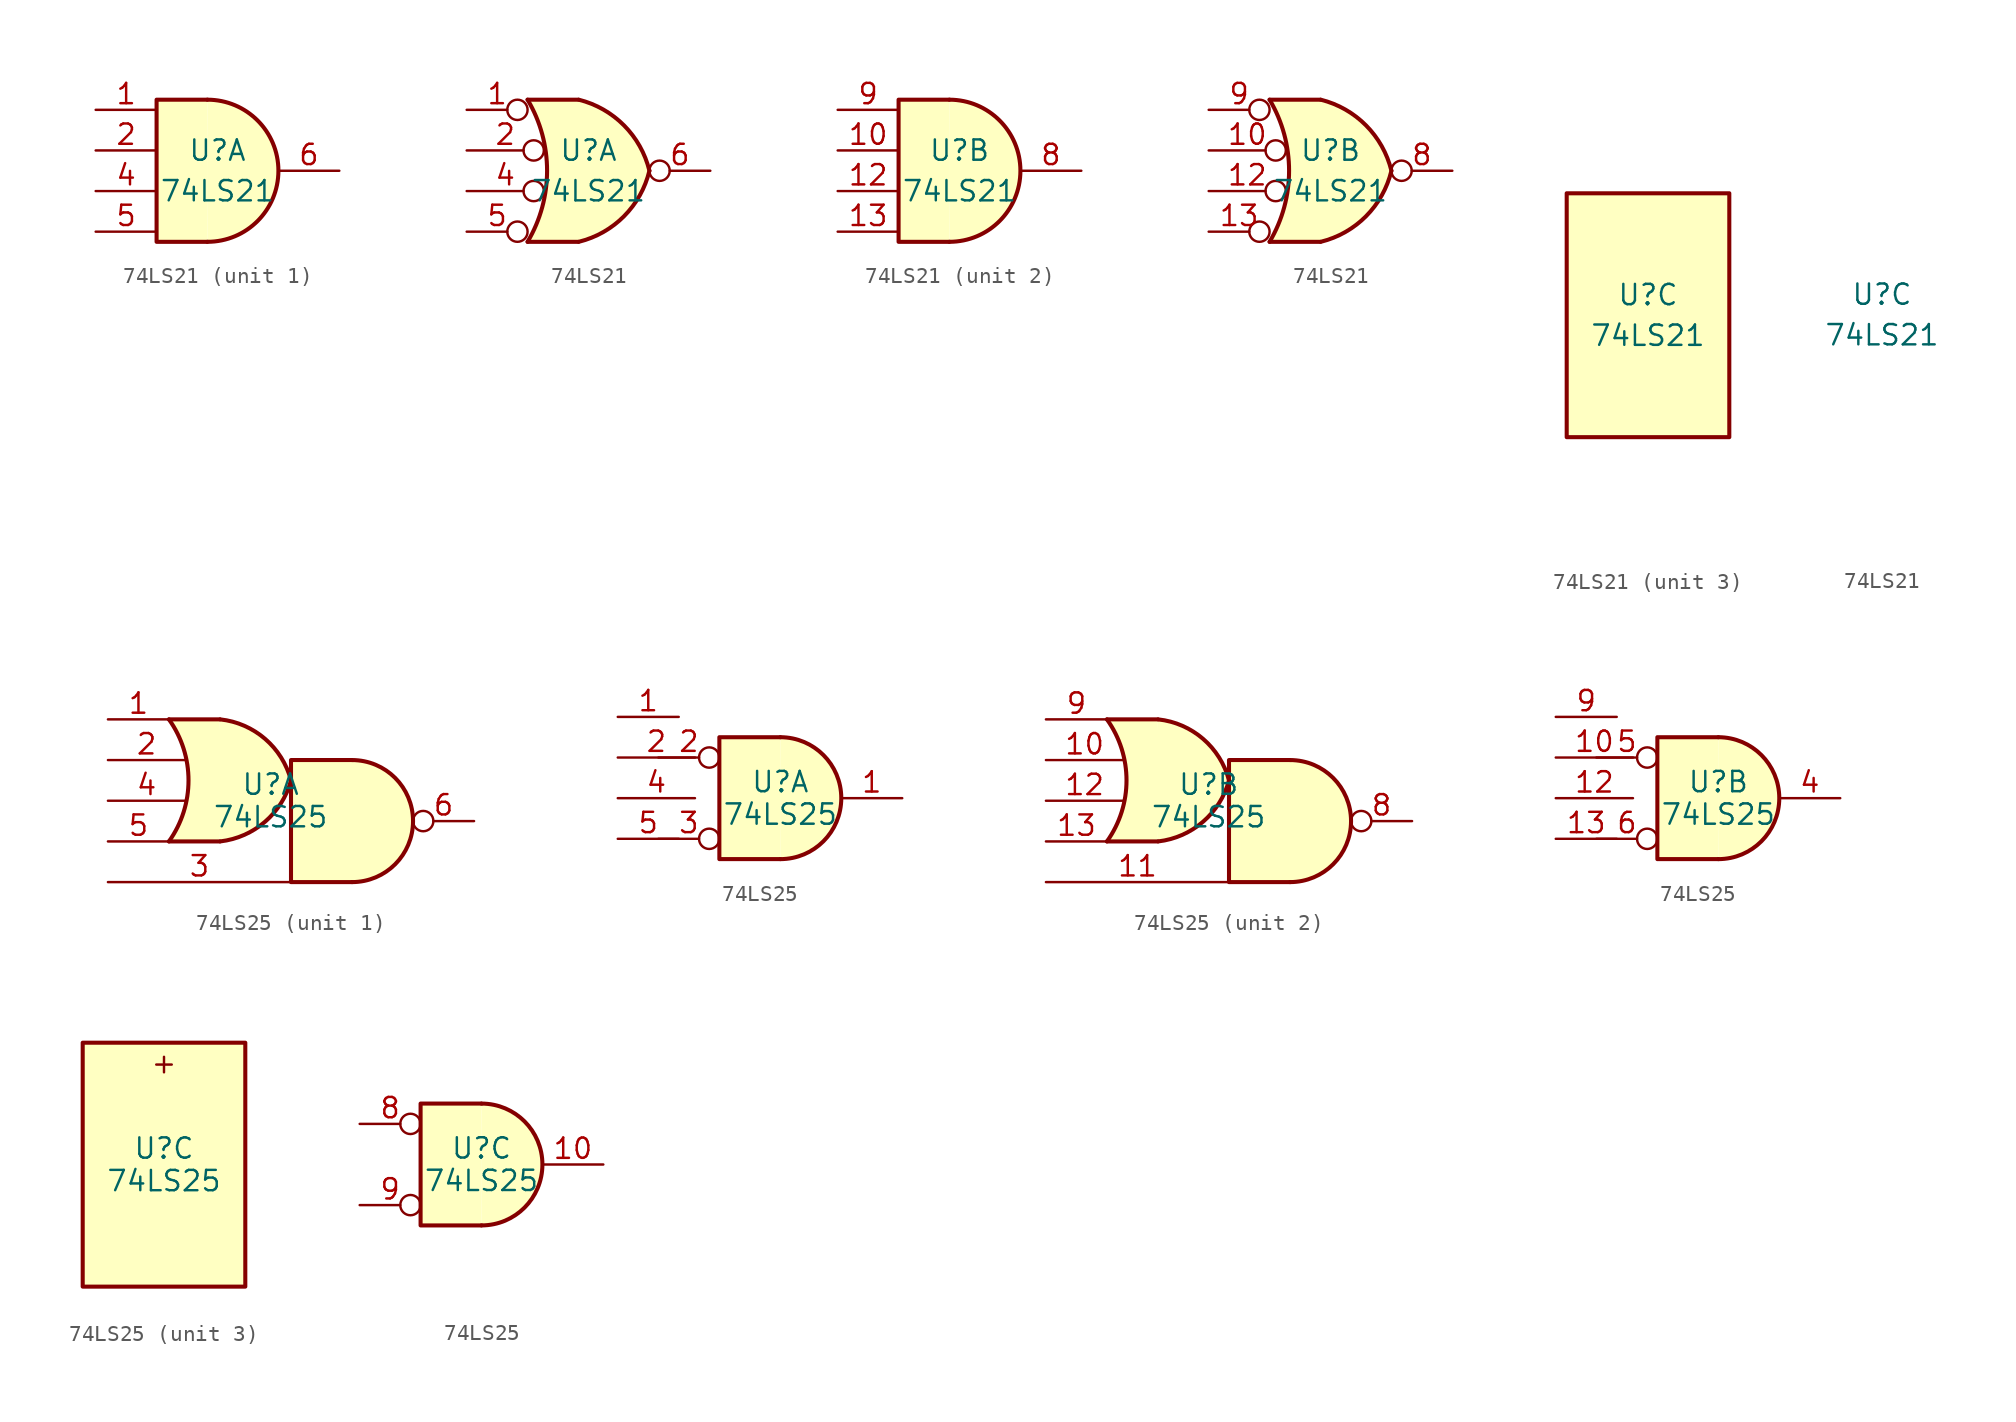
<source format=kicad_sym>
(kicad_symbol_lib
  (version 20231120)
  (generator "kicad_symbol_editor")
  (generator_version "8.0")
  (symbol "74LS21"
    (pin_names
      (offset 1.016))
    (property "Reference" "U"
      (at 0 1.27 0)
      (effects (font (size 1.27 1.27))))
    (property "Value" "74LS21"
      (at 0 -1.27 0)
      (effects (font (size 1.27 1.27))))
    (property "ki_locked" ""
      (at 0 0 0)
      (effects (font (size 1.27 1.27))))
    (symbol "74LS21_1_1"
      (arc (start -0.635 -4.445) (mid 3.7907 0) (end -0.635 4.445) (stroke (width 0.254) (type default)) (fill (type background)))
      (polyline (pts (xy -0.635 4.445) (xy -3.81 4.445) (xy -3.81 -4.445) (xy -0.635 -4.445)) (stroke (width 0.254) (type default)) (fill (type background)))
      (pin input line (at -7.62 3.81 0) (length 3.81) (name "~" (effects (font (size 1.27 1.27)))) (number "1" (effects (font (size 1.27 1.27)))))
      (pin input line (at -7.62 1.27 0) (length 3.81) (name "~" (effects (font (size 1.27 1.27)))) (number "2" (effects (font (size 1.27 1.27)))))
      (pin input line (at -7.62 -1.27 0) (length 3.81) (name "~" (effects (font (size 1.27 1.27)))) (number "4" (effects (font (size 1.27 1.27)))))
      (pin input line (at -7.62 -3.81 0) (length 3.81) (name "~" (effects (font (size 1.27 1.27)))) (number "5" (effects (font (size 1.27 1.27)))))
      (pin output line (at 7.62 0 180) (length 3.81) (name "~" (effects (font (size 1.27 1.27)))) (number "6" (effects (font (size 1.27 1.27))))))
    (symbol "74LS21_1_2"
      (arc (start -3.81 -4.445) (mid -2.5908 0) (end -3.81 4.445) (stroke (width 0.254) (type default)) (fill (type none)))
      (arc (start -0.6096 -4.445) (mid 2.2246 -2.8422) (end 3.81 0) (stroke (width 0.254) (type default)) (fill (type background)))
      (polyline (pts (xy -3.81 -4.445) (xy -0.635 -4.445)) (stroke (width 0.254) (type default)) (fill (type background)))
      (polyline (pts (xy -3.81 4.445) (xy -0.635 4.445)) (stroke (width 0.254) (type default)) (fill (type background)))
      (polyline (pts (xy -0.635 4.445) (xy -3.81 4.445) (xy -3.81 4.445) (xy -3.632 4.089) (xy -3.099 2.921) (xy -2.769 1.676) (xy -2.616 0.432) (xy -2.642 -0.864) (xy -2.87 -2.108) (xy -3.251 -3.327) (xy -3.81 -4.445) (xy -3.81 -4.445) (xy -0.635 -4.445)) (stroke (width -25.4) (type default)) (fill (type background)))
      (arc (start 3.81 0) (mid 2.2204 2.8379) (end -0.6096 4.445) (stroke (width 0.254) (type default)) (fill (type background)))
      (pin input inverted (at -7.62 3.81 0) (length 3.81) (name "~" (effects (font (size 1.27 1.27)))) (number "1" (effects (font (size 1.27 1.27)))))
      (pin input inverted (at -7.62 1.27 0) (length 4.826) (name "~" (effects (font (size 1.27 1.27)))) (number "2" (effects (font (size 1.27 1.27)))))
      (pin input inverted (at -7.62 -1.27 0) (length 4.826) (name "~" (effects (font (size 1.27 1.27)))) (number "4" (effects (font (size 1.27 1.27)))))
      (pin input inverted (at -7.62 -3.81 0) (length 3.81) (name "~" (effects (font (size 1.27 1.27)))) (number "5" (effects (font (size 1.27 1.27)))))
      (pin output inverted (at 7.62 0 180) (length 3.81) (name "~" (effects (font (size 1.27 1.27)))) (number "6" (effects (font (size 1.27 1.27))))))
    (symbol "74LS21_2_1"
      (arc (start -0.635 -4.445) (mid 3.7907 0) (end -0.635 4.445) (stroke (width 0.254) (type default)) (fill (type background)))
      (polyline (pts (xy -0.635 4.445) (xy -3.81 4.445) (xy -3.81 -4.445) (xy -0.635 -4.445)) (stroke (width 0.254) (type default)) (fill (type background)))
      (pin input line (at -7.62 1.27 0) (length 3.81) (name "~" (effects (font (size 1.27 1.27)))) (number "10" (effects (font (size 1.27 1.27)))))
      (pin input line (at -7.62 -1.27 0) (length 3.81) (name "~" (effects (font (size 1.27 1.27)))) (number "12" (effects (font (size 1.27 1.27)))))
      (pin input line (at -7.62 -3.81 0) (length 3.81) (name "~" (effects (font (size 1.27 1.27)))) (number "13" (effects (font (size 1.27 1.27)))))
      (pin output line (at 7.62 0 180) (length 3.81) (name "~" (effects (font (size 1.27 1.27)))) (number "8" (effects (font (size 1.27 1.27)))))
      (pin input line (at -7.62 3.81 0) (length 3.81) (name "~" (effects (font (size 1.27 1.27)))) (number "9" (effects (font (size 1.27 1.27))))))
    (symbol "74LS21_2_2"
      (arc (start -3.81 -4.445) (mid -2.5908 0) (end -3.81 4.445) (stroke (width 0.254) (type default)) (fill (type none)))
      (arc (start -0.6096 -4.445) (mid 2.2246 -2.8422) (end 3.81 0) (stroke (width 0.254) (type default)) (fill (type background)))
      (polyline (pts (xy -3.81 -4.445) (xy -0.635 -4.445)) (stroke (width 0.254) (type default)) (fill (type background)))
      (polyline (pts (xy -3.81 4.445) (xy -0.635 4.445)) (stroke (width 0.254) (type default)) (fill (type background)))
      (polyline (pts (xy -0.635 4.445) (xy -3.81 4.445) (xy -3.81 4.445) (xy -3.632 4.089) (xy -3.099 2.921) (xy -2.769 1.676) (xy -2.616 0.432) (xy -2.642 -0.864) (xy -2.87 -2.108) (xy -3.251 -3.327) (xy -3.81 -4.445) (xy -3.81 -4.445) (xy -0.635 -4.445)) (stroke (width -25.4) (type default)) (fill (type background)))
      (arc (start 3.81 0) (mid 2.2204 2.8379) (end -0.6096 4.445) (stroke (width 0.254) (type default)) (fill (type background)))
      (pin input inverted (at -7.62 1.27 0) (length 4.826) (name "~" (effects (font (size 1.27 1.27)))) (number "10" (effects (font (size 1.27 1.27)))))
      (pin input inverted (at -7.62 -1.27 0) (length 4.826) (name "~" (effects (font (size 1.27 1.27)))) (number "12" (effects (font (size 1.27 1.27)))))
      (pin input inverted (at -7.62 -3.81 0) (length 3.81) (name "~" (effects (font (size 1.27 1.27)))) (number "13" (effects (font (size 1.27 1.27)))))
      (pin output inverted (at 7.62 0 180) (length 3.81) (name "~" (effects (font (size 1.27 1.27)))) (number "8" (effects (font (size 1.27 1.27)))))
      (pin input inverted (at -7.62 3.81 0) (length 3.81) (name "~" (effects (font (size 1.27 1.27)))) (number "9" (effects (font (size 1.27 1.27))))))
    (symbol "74LS21_3_0"
      (pin input line (at 0 12.7 270) (length 5.08) hide (name "VCC" (effects (font (size 1.27 1.27)))) (number "14" (effects (font (size 1.27 1.27)))))
      (pin input line (at 0 -12.7 90) (length 5.08) hide (name "GND" (effects (font (size 1.27 1.27)))) (number "7" (effects (font (size 1.27 1.27))))))
    (symbol "74LS21_3_1"
      (rectangle (start -5.08 7.62) (end 5.08 -7.62) (stroke (width 0.254) (type default)) (fill (type background)))))
  (symbol "74LS25"
    (pin_names
      (offset 1.016))
    (property "Reference" "U"
      (at 0 1.016 0)
      (effects (font (size 1.27 1.27))))
    (property "Value" "74LS25"
      (at 0 -1.016 0)
      (effects (font (size 1.27 1.27))))
    (property "ki_locked" ""
      (at 0 0 0)
      (effects (font (size 1.27 1.27))))
    (symbol "74LS25_1_0"
      (pin input line (at -10.16 5.08 0) (length 3.81) (name "~" (effects (font (size 1.27 1.27)))) (number "1" (effects (font (size 1.27 1.27)))))
      (pin input line (at -10.16 2.54 0) (length 4.826) (name "~" (effects (font (size 1.27 1.27)))) (number "2" (effects (font (size 1.27 1.27)))))
      (pin input line (at -10.16 0 0) (length 4.826) (name "~" (effects (font (size 1.27 1.27)))) (number "4" (effects (font (size 1.27 1.27)))))
      (pin input line (at -10.16 -2.54 0) (length 3.81) (name "~" (effects (font (size 1.27 1.27)))) (number "5" (effects (font (size 1.27 1.27))))))
    (symbol "74LS25_1_1"
      (arc (start -6.35 -2.54) (mid -5.129 1.27) (end -6.35 5.08) (stroke (width 0.254) (type default)) (fill (type none)))
      (arc (start -3.1496 -2.54) (mid -0.3545 -1.314) (end 1.27 1.27) (stroke (width 0.254) (type default)) (fill (type background)))
      (polyline (pts (xy -6.35 -2.54) (xy -3.175 -2.54)) (stroke (width 0.254) (type default)) (fill (type background)))
      (polyline (pts (xy -6.35 5.08) (xy -3.175 5.08)) (stroke (width 0.254) (type default)) (fill (type background)))
      (polyline (pts (xy 5.08 2.54) (xy 1.27 2.54) (xy 1.27 -5.08) (xy 5.08 -5.08)) (stroke (width 0.254) (type default)) (fill (type background)))
      (polyline (pts (xy -3.175 5.08) (xy -6.35 5.08) (xy -6.35 5.08) (xy -6.096 4.674) (xy -5.563 3.531) (xy -5.232 2.311) (xy -5.156 1.016) (xy -5.309 -0.229) (xy -5.715 -1.448) (xy -6.35 -2.54) (xy -6.35 -2.54) (xy -3.175 -2.54)) (stroke (width -25.4) (type default)) (fill (type background)))
      (arc (start 1.27 1.27) (mid -0.3472 3.8625) (end -3.1496 5.08) (stroke (width 0.254) (type default)) (fill (type background)))
      (arc (start 5.08 -5.08) (mid 8.8734 -1.27) (end 5.08 2.54) (stroke (width 0.254) (type default)) (fill (type background)))
      (pin input line (at -10.16 -5.08 0) (length 11.43) (name "~" (effects (font (size 1.27 1.27)))) (number "3" (effects (font (size 1.27 1.27)))))
      (pin output inverted (at 12.7 -1.27 180) (length 3.81) (name "~" (effects (font (size 1.27 1.27)))) (number "6" (effects (font (size 1.27 1.27))))))
    (symbol "74LS25_1_2"
      (arc (start 0 -3.81) (mid 3.7934 0) (end 0 3.81) (stroke (width 0.254) (type default)) (fill (type background)))
      (polyline (pts (xy 0 3.81) (xy -3.81 3.81) (xy -3.81 -3.81) (xy 0 -3.81)) (stroke (width 0.254) (type default)) (fill (type background)))
      (pin output line (at 7.62 0 180) (length 3.81) (name "~" (effects (font (size 1.27 1.27)))) (number "1" (effects (font (size 1.27 1.27)))))
      (pin input inverted (at -7.62 2.54 0) (length 3.81) (name "~" (effects (font (size 1.27 1.27)))) (number "2" (effects (font (size 1.27 1.27)))))
      (pin input inverted (at -7.62 -2.54 0) (length 3.81) (name "~" (effects (font (size 1.27 1.27)))) (number "3" (effects (font (size 1.27 1.27))))))
    (symbol "74LS25_2_0"
      (pin input line (at -10.16 2.54 0) (length 4.826) (name "~" (effects (font (size 1.27 1.27)))) (number "10" (effects (font (size 1.27 1.27)))))
      (pin input line (at -10.16 0 0) (length 4.826) (name "~" (effects (font (size 1.27 1.27)))) (number "12" (effects (font (size 1.27 1.27)))))
      (pin input line (at -10.16 -2.54 0) (length 3.81) (name "~" (effects (font (size 1.27 1.27)))) (number "13" (effects (font (size 1.27 1.27)))))
      (pin input line (at -10.16 5.08 0) (length 3.81) (name "~" (effects (font (size 1.27 1.27)))) (number "9" (effects (font (size 1.27 1.27))))))
    (symbol "74LS25_2_1"
      (arc (start -6.35 -2.54) (mid -5.129 1.27) (end -6.35 5.08) (stroke (width 0.254) (type default)) (fill (type none)))
      (arc (start -3.1496 -2.54) (mid -0.3545 -1.314) (end 1.27 1.27) (stroke (width 0.254) (type default)) (fill (type background)))
      (polyline (pts (xy -6.35 -2.54) (xy -3.175 -2.54)) (stroke (width 0.254) (type default)) (fill (type background)))
      (polyline (pts (xy -6.35 5.08) (xy -3.175 5.08)) (stroke (width 0.254) (type default)) (fill (type background)))
      (polyline (pts (xy 5.08 2.54) (xy 1.27 2.54) (xy 1.27 -5.08) (xy 5.08 -5.08)) (stroke (width 0.254) (type default)) (fill (type background)))
      (polyline (pts (xy -3.175 5.08) (xy -6.35 5.08) (xy -6.35 5.08) (xy -6.096 4.674) (xy -5.563 3.531) (xy -5.232 2.311) (xy -5.156 1.016) (xy -5.309 -0.229) (xy -5.715 -1.448) (xy -6.35 -2.54) (xy -6.35 -2.54) (xy -3.175 -2.54)) (stroke (width -25.4) (type default)) (fill (type background)))
      (arc (start 1.27 1.27) (mid -0.3472 3.8625) (end -3.1496 5.08) (stroke (width 0.254) (type default)) (fill (type background)))
      (arc (start 5.08 -5.08) (mid 8.8734 -1.27) (end 5.08 2.54) (stroke (width 0.254) (type default)) (fill (type background)))
      (pin input line (at -10.16 -5.08 0) (length 11.43) (name "~" (effects (font (size 1.27 1.27)))) (number "11" (effects (font (size 1.27 1.27)))))
      (pin output inverted (at 12.7 -1.27 180) (length 3.81) (name "~" (effects (font (size 1.27 1.27)))) (number "8" (effects (font (size 1.27 1.27))))))
    (symbol "74LS25_2_2"
      (arc (start 0 -3.81) (mid 3.7934 0) (end 0 3.81) (stroke (width 0.254) (type default)) (fill (type background)))
      (polyline (pts (xy 0 3.81) (xy -3.81 3.81) (xy -3.81 -3.81) (xy 0 -3.81)) (stroke (width 0.254) (type default)) (fill (type background)))
      (pin output line (at 7.62 0 180) (length 3.81) (name "~" (effects (font (size 1.27 1.27)))) (number "4" (effects (font (size 1.27 1.27)))))
      (pin input inverted (at -7.62 2.54 0) (length 3.81) (name "~" (effects (font (size 1.27 1.27)))) (number "5" (effects (font (size 1.27 1.27)))))
      (pin input inverted (at -7.62 -2.54 0) (length 3.81) (name "~" (effects (font (size 1.27 1.27)))) (number "6" (effects (font (size 1.27 1.27))))))
    (symbol "74LS25_3_0"
      (pin power_in line (at 0 7.62 270) (length 5.08) hide (name "VCC" (effects (font (size 1.27 1.27)))) (number "14" (effects (font (size 1.27 1.27)))))
      (pin power_in line (at 0 -7.62 90) (length 5.08) hide (name "GND" (effects (font (size 1.27 1.27)))) (number "7" (effects (font (size 1.27 1.27))))))
    (symbol "74LS25_3_1"
      (rectangle (start -5.08 7.62) (end 5.08 -7.62) (stroke (width 0.254) (type default)) (fill (type background)))
      (text "+" (at 0 6.35 0) (effects (font (size 1.27 1.27)))))
    (symbol "74LS25_3_2"
      (arc (start 0 -3.81) (mid 3.7934 0) (end 0 3.81) (stroke (width 0.254) (type default)) (fill (type background)))
      (polyline (pts (xy 0 3.81) (xy -3.81 3.81) (xy -3.81 -3.81) (xy 0 -3.81)) (stroke (width 0.254) (type default)) (fill (type background)))
      (pin output line (at 7.62 0 180) (length 3.81) (name "~" (effects (font (size 1.27 1.27)))) (number "10" (effects (font (size 1.27 1.27)))))
      (pin input inverted (at -7.62 2.54 0) (length 3.81) (name "~" (effects (font (size 1.27 1.27)))) (number "8" (effects (font (size 1.27 1.27)))))
      (pin input inverted (at -7.62 -2.54 0) (length 3.81) (name "~" (effects (font (size 1.27 1.27)))) (number "9" (effects (font (size 1.27 1.27))))))))
</source>
